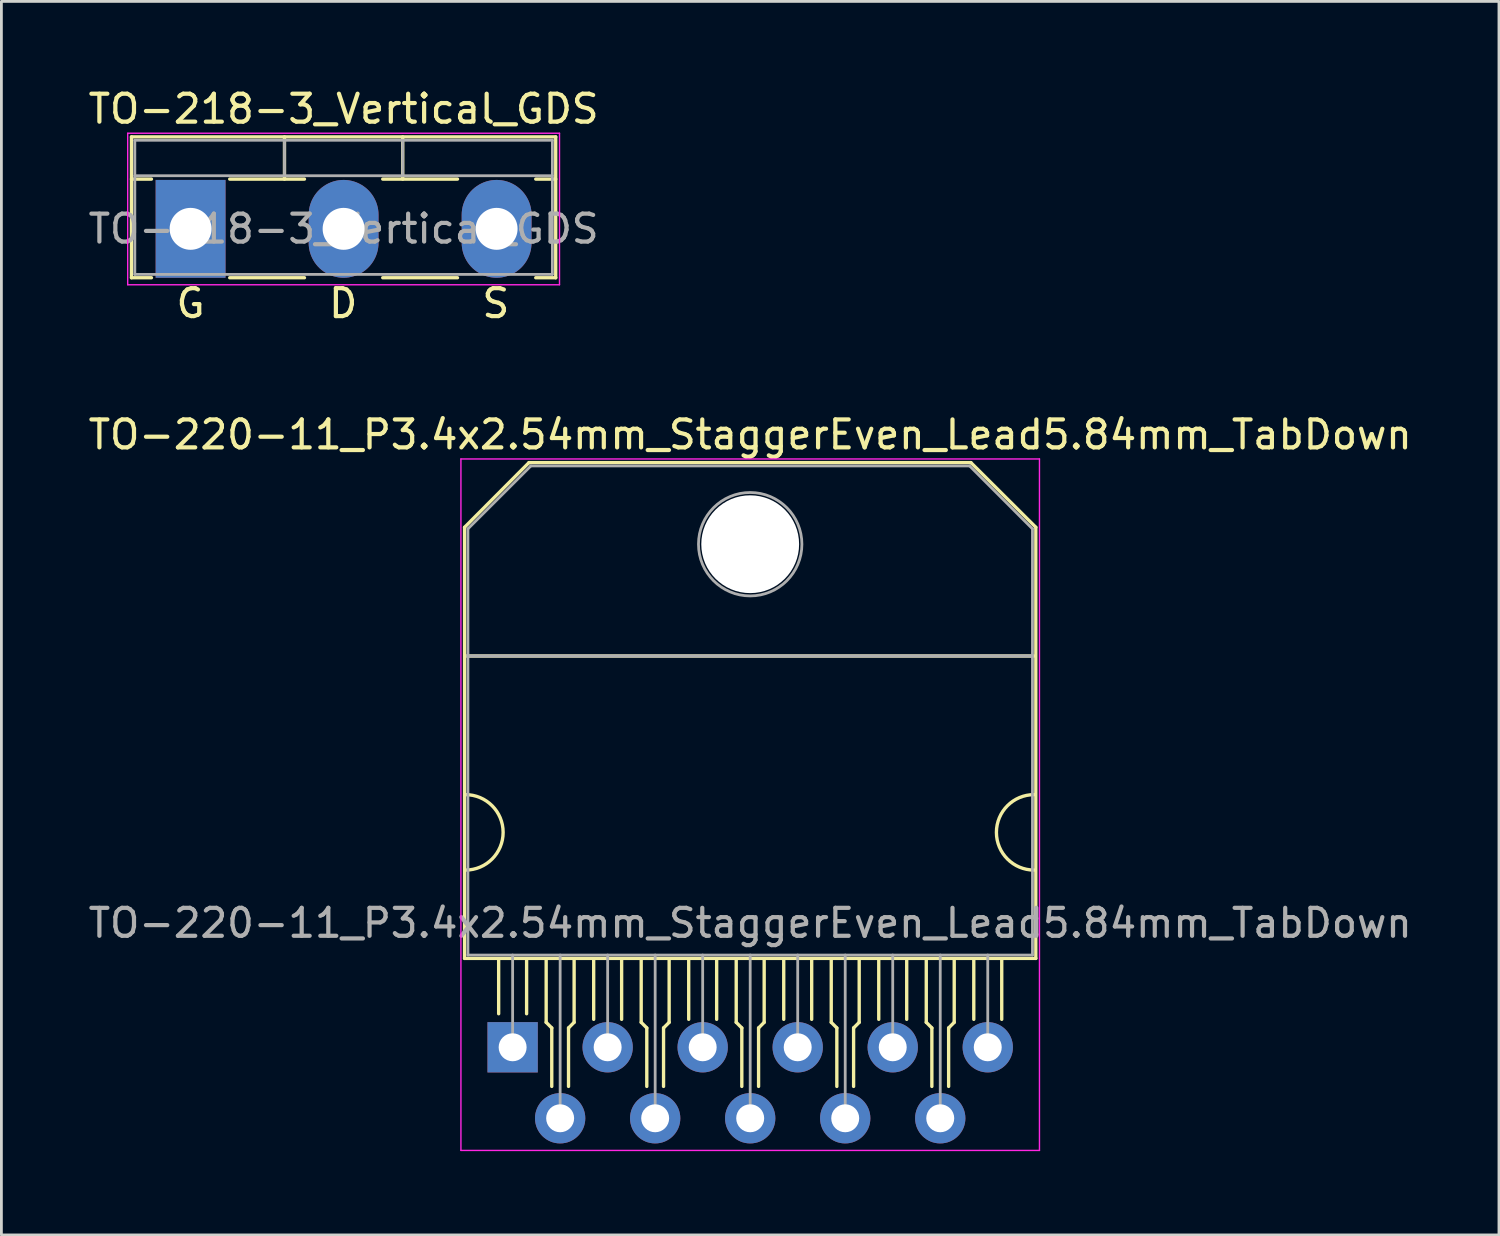
<source format=kicad_pcb>
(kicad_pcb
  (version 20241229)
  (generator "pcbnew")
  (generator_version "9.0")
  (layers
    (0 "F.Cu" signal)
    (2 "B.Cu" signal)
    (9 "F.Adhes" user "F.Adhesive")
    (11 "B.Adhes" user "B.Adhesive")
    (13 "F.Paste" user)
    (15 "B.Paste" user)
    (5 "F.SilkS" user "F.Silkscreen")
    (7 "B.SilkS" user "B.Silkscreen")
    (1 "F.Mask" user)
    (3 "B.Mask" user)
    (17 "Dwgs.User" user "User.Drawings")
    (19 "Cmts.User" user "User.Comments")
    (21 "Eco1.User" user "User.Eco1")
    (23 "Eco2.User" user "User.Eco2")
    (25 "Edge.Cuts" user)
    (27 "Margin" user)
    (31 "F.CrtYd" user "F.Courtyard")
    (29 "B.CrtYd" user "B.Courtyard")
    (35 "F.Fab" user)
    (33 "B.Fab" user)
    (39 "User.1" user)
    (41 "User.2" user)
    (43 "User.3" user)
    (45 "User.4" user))
  (footprint "TO-220-11_P3.4x2.54mm_StaggerEven_Lead5.84mm_TabDown"
    (layer "F.Cu")
    (at 15.292 34.422)
    (property "Reference" "TO-220-11_P3.4x2.54mm_StaggerEven_Lead5.84mm_TabDown" (at 8.5 -21.92 0) (layer "F.SilkS") (effects (font (size 1 1) (thickness 0.15))))
    (attr through_hole)
    (fp_line (start -1.72 -18.605) (end -1.72 -3.18) (stroke (width 0.12) (type solid)) (layer "F.SilkS"))
    (fp_line (start -1.72 -18.605) (end 0.585 -20.92) (stroke (width 0.12) (type solid)) (layer "F.SilkS"))
    (fp_line (start -1.72 -3.18) (end 18.72 -3.18) (stroke (width 0.12) (type solid)) (layer "F.SilkS"))
    (fp_line (start -1.69 -14) (end 18.66 -14) (stroke (width 0.12) (type solid)) (layer "F.SilkS"))
    (fp_line (start -0.5 -3.142) (end -0.5 -1.2) (stroke (width 0.12) (type solid)) (layer "F.SilkS"))
    (fp_line (start 0.5 -3.142) (end 0.5 -1.2) (stroke (width 0.12) (type solid)) (layer "F.SilkS"))
    (fp_line (start 0.585 -20.92) (end 16.396 -20.92) (stroke (width 0.12) (type solid)) (layer "F.SilkS"))
    (fp_line (start 1.2 -3.142) (end 1.2 -0.892) (stroke (width 0.12) (type solid)) (layer "F.SilkS"))
    (fp_line (start 1.2 -0.892) (end 1.4 -0.692) (stroke (width 0.12) (type solid)) (layer "F.SilkS"))
    (fp_line (start 1.4 1.4) (end 1.4 -0.692) (stroke (width 0.12) (type solid)) (layer "F.SilkS"))
    (fp_line (start 2 1.4) (end 2 -0.692) (stroke (width 0.12) (type solid)) (layer "F.SilkS"))
    (fp_line (start 2.2 -3.142) (end 2.2 -0.892) (stroke (width 0.12) (type solid)) (layer "F.SilkS"))
    (fp_line (start 2.2 -0.892) (end 2 -0.692) (stroke (width 0.12) (type solid)) (layer "F.SilkS"))
    (fp_line (start 2.9 -3.142) (end 2.9 -1) (stroke (width 0.12) (type solid)) (layer "F.SilkS"))
    (fp_line (start 3.9 -3.142) (end 3.9 -1) (stroke (width 0.12) (type solid)) (layer "F.SilkS"))
    (fp_line (start 4.6 -3.142) (end 4.6 -0.892) (stroke (width 0.12) (type solid)) (layer "F.SilkS"))
    (fp_line (start 4.6 -0.892) (end 4.8 -0.692) (stroke (width 0.12) (type solid)) (layer "F.SilkS"))
    (fp_line (start 4.8 1.4) (end 4.8 -0.692) (stroke (width 0.12) (type solid)) (layer "F.SilkS"))
    (fp_line (start 5.4 1.4) (end 5.4 -0.692) (stroke (width 0.12) (type solid)) (layer "F.SilkS"))
    (fp_line (start 5.6 -3.142) (end 5.6 -0.892) (stroke (width 0.12) (type solid)) (layer "F.SilkS"))
    (fp_line (start 5.6 -0.892) (end 5.4 -0.692) (stroke (width 0.12) (type solid)) (layer "F.SilkS"))
    (fp_line (start 6.3 -3.142) (end 6.3 -1) (stroke (width 0.12) (type solid)) (layer "F.SilkS"))
    (fp_line (start 7.3 -3.142) (end 7.3 -1) (stroke (width 0.12) (type solid)) (layer "F.SilkS"))
    (fp_line (start 8 -3.142) (end 8 -0.892) (stroke (width 0.12) (type solid)) (layer "F.SilkS"))
    (fp_line (start 8 -0.892) (end 8.2 -0.692) (stroke (width 0.12) (type solid)) (layer "F.SilkS"))
    (fp_line (start 8.2 1.4) (end 8.2 -0.692) (stroke (width 0.12) (type solid)) (layer "F.SilkS"))
    (fp_line (start 8.8 1.4) (end 8.8 -0.692) (stroke (width 0.12) (type solid)) (layer "F.SilkS"))
    (fp_line (start 9 -3.142) (end 9 -0.892) (stroke (width 0.12) (type solid)) (layer "F.SilkS"))
    (fp_line (start 9 -0.892) (end 8.8 -0.692) (stroke (width 0.12) (type solid)) (layer "F.SilkS"))
    (fp_line (start 9.7 -3.142) (end 9.7 -1) (stroke (width 0.12) (type solid)) (layer "F.SilkS"))
    (fp_line (start 10.7 -3.142) (end 10.7 -1) (stroke (width 0.12) (type solid)) (layer "F.SilkS"))
    (fp_line (start 11.4 -3.142) (end 11.4 -0.892) (stroke (width 0.12) (type solid)) (layer "F.SilkS"))
    (fp_line (start 11.4 -0.892) (end 11.6 -0.692) (stroke (width 0.12) (type solid)) (layer "F.SilkS"))
    (fp_line (start 11.6 1.4) (end 11.6 -0.692) (stroke (width 0.12) (type solid)) (layer "F.SilkS"))
    (fp_line (start 12.2 1.4) (end 12.2 -0.692) (stroke (width 0.12) (type solid)) (layer "F.SilkS"))
    (fp_line (start 12.4 -3.142) (end 12.4 -0.892) (stroke (width 0.12) (type solid)) (layer "F.SilkS"))
    (fp_line (start 12.4 -0.892) (end 12.2 -0.692) (stroke (width 0.12) (type solid)) (layer "F.SilkS"))
    (fp_line (start 13.1 -3.142) (end 13.1 -1) (stroke (width 0.12) (type solid)) (layer "F.SilkS"))
    (fp_line (start 14.1 -3.142) (end 14.1 -1) (stroke (width 0.12) (type solid)) (layer "F.SilkS"))
    (fp_line (start 14.8 -3.142) (end 14.8 -0.892) (stroke (width 0.12) (type solid)) (layer "F.SilkS"))
    (fp_line (start 14.8 -0.892) (end 15 -0.692) (stroke (width 0.12) (type solid)) (layer "F.SilkS"))
    (fp_line (start 15 1.4) (end 15 -0.692) (stroke (width 0.12) (type solid)) (layer "F.SilkS"))
    (fp_line (start 15.6 1.4) (end 15.6 -0.692) (stroke (width 0.12) (type solid)) (layer "F.SilkS"))
    (fp_line (start 15.8 -3.142) (end 15.8 -0.892) (stroke (width 0.12) (type solid)) (layer "F.SilkS"))
    (fp_line (start 15.8 -0.892) (end 15.6 -0.692) (stroke (width 0.12) (type solid)) (layer "F.SilkS"))
    (fp_line (start 16.5 -3.142) (end 16.5 -1) (stroke (width 0.12) (type solid)) (layer "F.SilkS"))
    (fp_line (start 17.5 -3.142) (end 17.5 -1) (stroke (width 0.12) (type solid)) (layer "F.SilkS"))
    (fp_line (start 18.72 -18.605) (end 16.396 -20.92) (stroke (width 0.12) (type solid)) (layer "F.SilkS"))
    (fp_line (start 18.72 -18.605) (end 18.72 -3.18) (stroke (width 0.12) (type solid)) (layer "F.SilkS"))
    (fp_arc (start -1.69 -9.04) (mid -0.34 -7.69) (end -1.69 -6.34) (stroke (width 0.12) (type solid)) (layer "F.SilkS"))
    (fp_arc (start 18.66 -6.34) (mid 17.31 -7.69) (end 18.66 -9.04) (stroke (width 0.12) (type solid)) (layer "F.SilkS"))
    (fp_line (start -1.85 -21.05) (end -1.85 3.69) (stroke (width 0.05) (type solid)) (layer "F.CrtYd"))
    (fp_line (start -1.85 3.69) (end 18.85 3.69) (stroke (width 0.05) (type solid)) (layer "F.CrtYd"))
    (fp_line (start 18.85 -21.05) (end -1.85 -21.05) (stroke (width 0.05) (type solid)) (layer "F.CrtYd"))
    (fp_line (start 18.85 3.69) (end 18.85 -21.05) (stroke (width 0.05) (type solid)) (layer "F.CrtYd"))
    (fp_line (start -1.6 -18.55) (end 0.651 -20.8) (stroke (width 0.1) (type solid)) (layer "F.Fab"))
    (fp_line (start -1.6 -14) (end -1.6 -18.55) (stroke (width 0.1) (type solid)) (layer "F.Fab"))
    (fp_line (start -1.6 -14) (end 18.6 -14) (stroke (width 0.1) (type solid)) (layer "F.Fab"))
    (fp_line (start -1.6 -3.3) (end -1.6 -14) (stroke (width 0.1) (type solid)) (layer "F.Fab"))
    (fp_line (start 0 -3.3) (end 0 0) (stroke (width 0.1) (type solid)) (layer "F.Fab"))
    (fp_line (start 0.651 -20.8) (end 16.351 -20.8) (stroke (width 0.1) (type solid)) (layer "F.Fab"))
    (fp_line (start 1.7 -3.3) (end 1.7 2.54) (stroke (width 0.1) (type solid)) (layer "F.Fab"))
    (fp_line (start 3.4 -3.3) (end 3.4 0) (stroke (width 0.1) (type solid)) (layer "F.Fab"))
    (fp_line (start 5.1 -3.3) (end 5.1 2.54) (stroke (width 0.1) (type solid)) (layer "F.Fab"))
    (fp_line (start 6.8 -3.3) (end 6.8 0) (stroke (width 0.1) (type solid)) (layer "F.Fab"))
    (fp_line (start 8.5 -3.3) (end 8.5 2.54) (stroke (width 0.1) (type solid)) (layer "F.Fab"))
    (fp_line (start 10.2 -3.3) (end 10.2 0) (stroke (width 0.1) (type solid)) (layer "F.Fab"))
    (fp_line (start 11.9 -3.3) (end 11.9 2.54) (stroke (width 0.1) (type solid)) (layer "F.Fab"))
    (fp_line (start 13.6 -3.3) (end 13.6 0) (stroke (width 0.1) (type solid)) (layer "F.Fab"))
    (fp_line (start 15.3 -3.3) (end 15.3 2.54) (stroke (width 0.1) (type solid)) (layer "F.Fab"))
    (fp_line (start 16.351 -20.8) (end 18.6 -18.55) (stroke (width 0.1) (type solid)) (layer "F.Fab"))
    (fp_line (start 17 -3.3) (end 17 0) (stroke (width 0.1) (type solid)) (layer "F.Fab"))
    (fp_line (start 18.6 -18.55) (end 18.6 -14) (stroke (width 0.1) (type solid)) (layer "F.Fab"))
    (fp_line (start 18.6 -14) (end -1.6 -14) (stroke (width 0.1) (type solid)) (layer "F.Fab"))
    (fp_line (start 18.6 -14) (end 18.6 -3.3) (stroke (width 0.1) (type solid)) (layer "F.Fab"))
    (fp_line (start 18.6 -3.3) (end -1.6 -3.3) (stroke (width 0.1) (type solid)) (layer "F.Fab"))
    (fp_circle (center 8.5 -18) (end 10.35 -18) (stroke (width 0.1) (type solid)) (fill no) (layer "F.Fab"))
    (fp_text user "${REFERENCE}" (at 8.5 -4.445 0) (layer "F.Fab") (effects (font (size 1 1) (thickness 0.15))))
    (pad "" np_thru_hole oval (at 8.5 -18) (size 3.5 3.5) (drill 3.5) (layers "*.Cu" "*.Mask"))
    (pad "1" thru_hole rect (at 0 0) (size 1.8 1.8) (drill 1) (layers "*.Cu" "*.Mask"))
    (pad "2" thru_hole oval (at 1.7 2.54) (size 1.8 1.8) (drill 1) (layers "*.Cu" "*.Mask"))
    (pad "3" thru_hole oval (at 3.4 0) (size 1.8 1.8) (drill 1) (layers "*.Cu" "*.Mask"))
    (pad "4" thru_hole oval (at 5.1 2.54) (size 1.8 1.8) (drill 1) (layers "*.Cu" "*.Mask"))
    (pad "5" thru_hole oval (at 6.8 0) (size 1.8 1.8) (drill 1) (layers "*.Cu" "*.Mask"))
    (pad "6" thru_hole oval (at 8.5 2.54) (size 1.8 1.8) (drill 1) (layers "*.Cu" "*.Mask"))
    (pad "7" thru_hole oval (at 10.2 0) (size 1.8 1.8) (drill 1) (layers "*.Cu" "*.Mask"))
    (pad "8" thru_hole oval (at 11.9 2.54) (size 1.8 1.8) (drill 1) (layers "*.Cu" "*.Mask"))
    (pad "9" thru_hole oval (at 13.6 0) (size 1.8 1.8) (drill 1) (layers "*.Cu" "*.Mask"))
    (pad "10" thru_hole oval (at 15.3 2.54) (size 1.8 1.8) (drill 1) (layers "*.Cu" "*.Mask"))
    (pad "11" thru_hole oval (at 17 0) (size 1.8 1.8) (drill 1) (layers "*.Cu" "*.Mask")))
  (footprint "TO-218-3_Vertical_GDS"
    (layer "F.Cu")
    (at 3.769 5.138)
    (property "Reference" "TO-218-3_Vertical_GDS" (at 5.475 -4.29 0) (layer "F.SilkS") (effects (font (size 1 1) (thickness 0.15))))
    (fp_line (start -2.115 -3.29) (end -2.115 1.75) (stroke (width 0.12) (type solid)) (layer "F.SilkS"))
    (fp_line (start -2.115 -3.29) (end 13.065 -3.29) (stroke (width 0.12) (type solid)) (layer "F.SilkS"))
    (fp_line (start -2.115 -1.78) (end -1.4 -1.78) (stroke (width 0.12) (type solid)) (layer "F.SilkS"))
    (fp_line (start -2.115 1.75) (end -1.4 1.75) (stroke (width 0.12) (type solid)) (layer "F.SilkS"))
    (fp_line (start 1.4 -1.78) (end 4.075 -1.78) (stroke (width 0.12) (type solid)) (layer "F.SilkS"))
    (fp_line (start 1.4 1.75) (end 4.075 1.75) (stroke (width 0.12) (type solid)) (layer "F.SilkS"))
    (fp_line (start 3.36 -3.29) (end 3.36 -1.78) (stroke (width 0.12) (type solid)) (layer "F.SilkS"))
    (fp_line (start 6.875 -1.78) (end 9.55 -1.78) (stroke (width 0.12) (type solid)) (layer "F.SilkS"))
    (fp_line (start 6.875 1.75) (end 9.55 1.75) (stroke (width 0.12) (type solid)) (layer "F.SilkS"))
    (fp_line (start 7.59 -3.29) (end 7.59 -1.78) (stroke (width 0.12) (type solid)) (layer "F.SilkS"))
    (fp_line (start 12.35 -1.78) (end 13.065 -1.78) (stroke (width 0.12) (type solid)) (layer "F.SilkS"))
    (fp_line (start 12.35 1.75) (end 13.065 1.75) (stroke (width 0.12) (type solid)) (layer "F.SilkS"))
    (fp_line (start 13.065 -3.29) (end 13.065 1.75) (stroke (width 0.12) (type solid)) (layer "F.SilkS"))
    (fp_line (start -2.25 -3.42) (end -2.25 2) (stroke (width 0.05) (type solid)) (layer "F.CrtYd"))
    (fp_line (start -2.25 2) (end 13.2 2) (stroke (width 0.05) (type solid)) (layer "F.CrtYd"))
    (fp_line (start 13.2 -3.42) (end -2.25 -3.42) (stroke (width 0.05) (type solid)) (layer "F.CrtYd"))
    (fp_line (start 13.2 2) (end 13.2 -3.42) (stroke (width 0.05) (type solid)) (layer "F.CrtYd"))
    (fp_line (start -1.995 -3.17) (end -1.995 1.63) (stroke (width 0.1) (type solid)) (layer "F.Fab"))
    (fp_line (start -1.995 -1.9) (end 12.945 -1.9) (stroke (width 0.1) (type solid)) (layer "F.Fab"))
    (fp_line (start -1.995 1.63) (end 12.945 1.63) (stroke (width 0.1) (type solid)) (layer "F.Fab"))
    (fp_line (start 3.36 -3.17) (end 3.36 -1.9) (stroke (width 0.1) (type solid)) (layer "F.Fab"))
    (fp_line (start 7.59 -3.17) (end 7.59 -1.9) (stroke (width 0.1) (type solid)) (layer "F.Fab"))
    (fp_line (start 12.945 -3.17) (end -1.995 -3.17) (stroke (width 0.1) (type solid)) (layer "F.Fab"))
    (fp_line (start 12.945 1.63) (end 12.945 -3.17) (stroke (width 0.1) (type solid)) (layer "F.Fab"))
    (fp_text user "G" (at 0 2.667 0) (unlocked yes) (layer "F.SilkS") (effects (font (size 1 1) (thickness 0.15))))
    (fp_text user "D" (at 5.461 2.667 0) (unlocked yes) (layer "F.SilkS") (effects (font (size 1 1) (thickness 0.15))))
    (fp_text user "S" (at 10.922 2.667 0) (unlocked yes) (layer "F.SilkS") (effects (font (size 1 1) (thickness 0.15))))
    (fp_text user "${REFERENCE}" (at 5.475 0 0) (layer "F.Fab") (effects (font (size 1 1) (thickness 0.15))))
    (pad "1" thru_hole rect (at 0 0) (size 2.5 3.5) (drill 1.5) (layers "*.Cu" "*.Mask"))
    (pad "2" thru_hole oval (at 5.475 0) (size 2.5 3.5) (drill 1.5) (layers "*.Cu" "*.Mask"))
    (pad "3" thru_hole oval (at 10.95 0) (size 2.5 3.5) (drill 1.5) (layers "*.Cu" "*.Mask")))
  (gr_rect
    (start -3 -3)
    (end 50.583 41.137)
    (stroke (width 0.1) (type default))
    (fill no)
    (layer "Edge.Cuts")))
</source>
